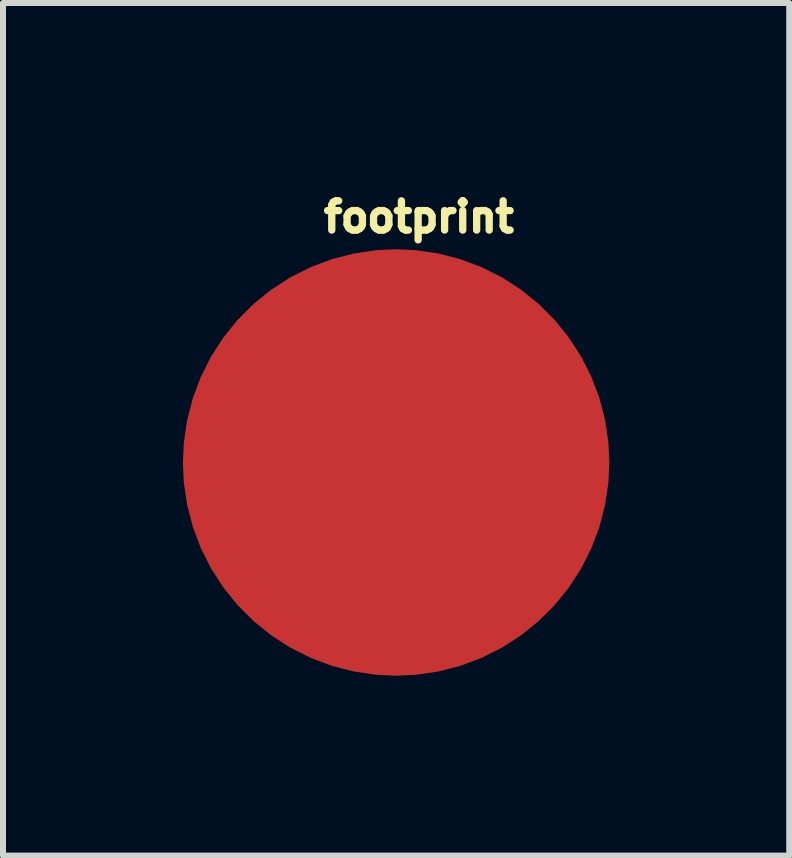
<source format=kicad_pcb>
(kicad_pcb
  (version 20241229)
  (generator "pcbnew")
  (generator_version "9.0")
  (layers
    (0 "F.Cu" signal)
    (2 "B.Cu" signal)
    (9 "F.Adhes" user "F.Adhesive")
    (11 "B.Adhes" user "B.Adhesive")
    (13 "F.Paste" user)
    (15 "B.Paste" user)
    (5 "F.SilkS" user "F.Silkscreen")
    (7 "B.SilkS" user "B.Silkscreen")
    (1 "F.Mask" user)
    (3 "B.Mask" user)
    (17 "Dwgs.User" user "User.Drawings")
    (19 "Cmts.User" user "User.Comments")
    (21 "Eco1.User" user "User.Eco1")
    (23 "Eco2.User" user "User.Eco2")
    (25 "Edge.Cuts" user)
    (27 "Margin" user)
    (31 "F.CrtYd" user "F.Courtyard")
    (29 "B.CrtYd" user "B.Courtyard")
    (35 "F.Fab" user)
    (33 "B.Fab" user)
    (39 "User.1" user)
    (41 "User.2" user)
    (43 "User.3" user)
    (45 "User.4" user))
  (footprint "footprint"
    (layer "F.Cu")
    (at 3.556 4.663)
    (property "Reference" "footprint" (at -1.27 -3.81 0) (layer "F.SilkS") (effects (font (size 0.488 0.488) (thickness 0.122)) (justify left bottom)))
    (pad "P$2" smd roundrect (at 0 0) (size 7.112 7.112) (layers "F.Cu" "F.Mask" "F.Paste") (roundrect_rratio 0.5)))
  (gr_rect
    (start -3 -3)
    (end 10.112 11.219)
    (stroke (width 0.1) (type default))
    (fill no)
    (layer "Edge.Cuts")))
</source>
